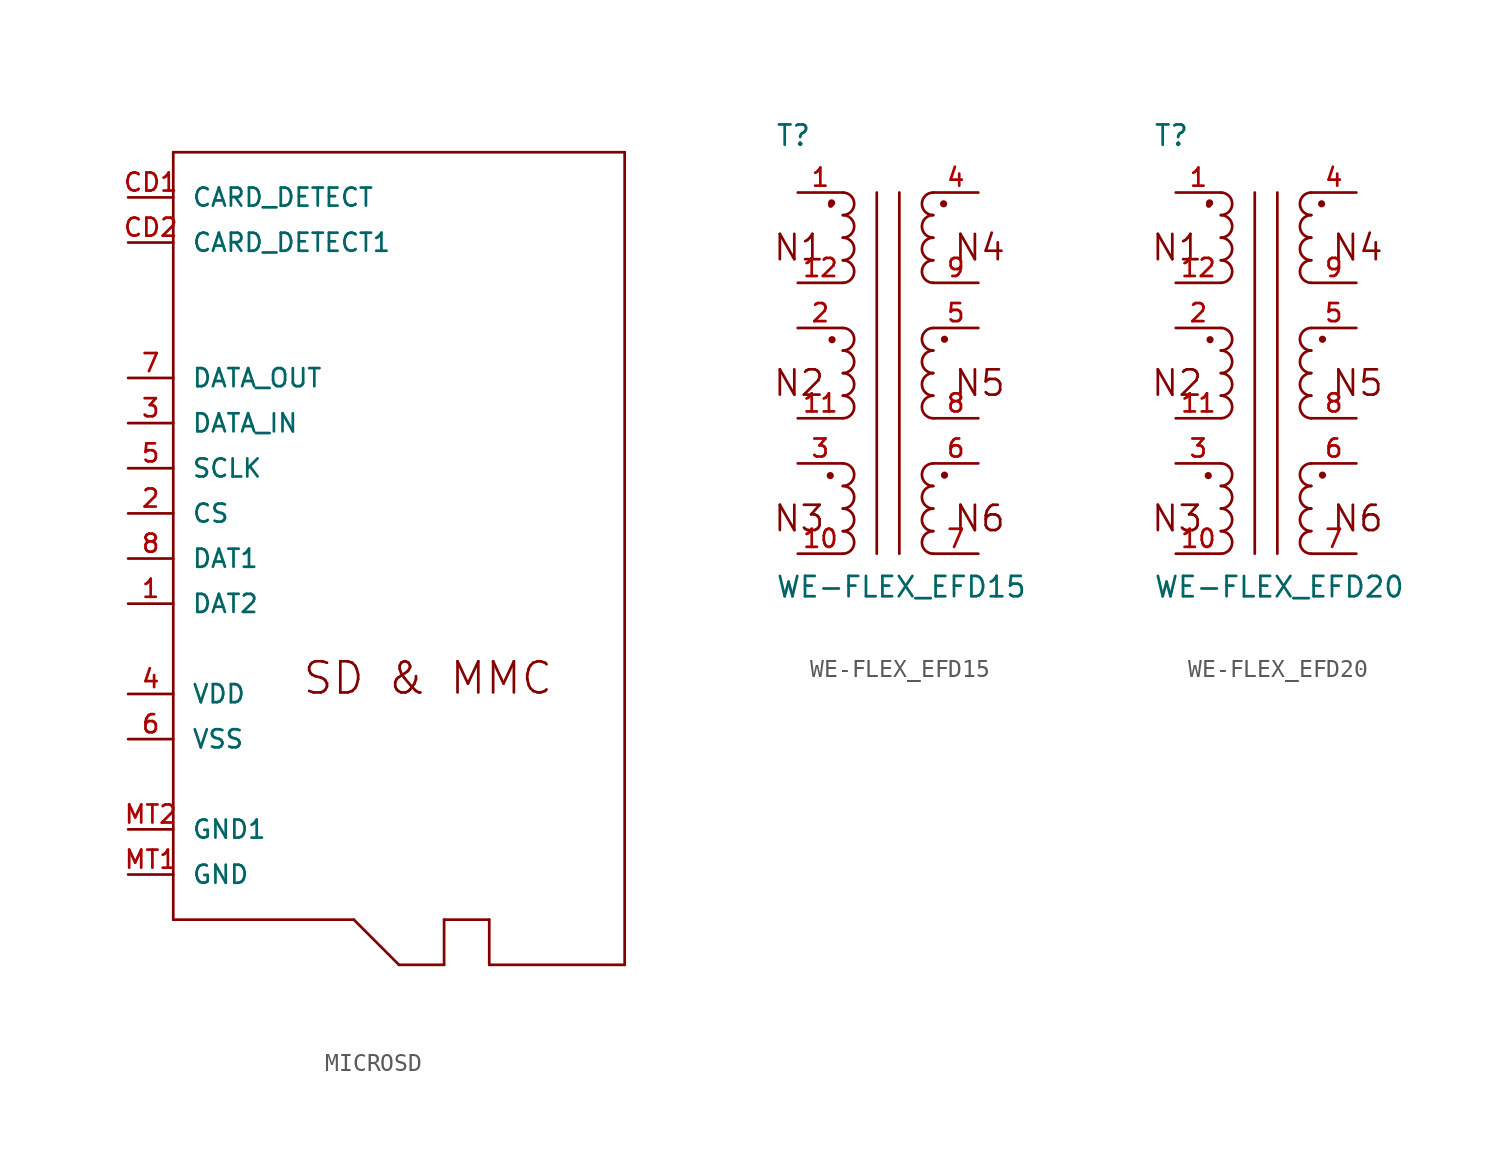
<source format=kicad_sym>
(kicad_symbol_lib
  (version 20241209)
  (generator "kicad_symbol_editor")
  (generator_version "9.0")
  (symbol "MICROSD"
    (pin_names
      (offset 1.016))
    (property "Reference" "M"
      (at 0 0 0)
      (effects (font (size 1.143 1.143)) (hide yes)))
    (property "ki_locked" ""
      (at 0 0 0)
      (effects (font (size 1.27 1.27))))
    (symbol "MICROSD_1_0"
      (polyline (pts (xy -15.24 20.32) (xy -15.24 -22.86)) (stroke (width 0) (type solid)) (fill (type none)))
      (polyline (pts (xy -15.24 -22.86) (xy -5.08 -22.86)) (stroke (width 0) (type solid)) (fill (type none)))
      (polyline (pts (xy -5.08 -22.86) (xy -2.54 -25.4)) (stroke (width 0) (type solid)) (fill (type none)))
      (polyline (pts (xy -2.54 -25.4) (xy 0 -25.4)) (stroke (width 0) (type solid)) (fill (type none)))
      (polyline (pts (xy 0 -22.86) (xy 2.54 -22.86)) (stroke (width 0) (type solid)) (fill (type none)))
      (polyline (pts (xy 0 -25.4) (xy 0 -22.86)) (stroke (width 0) (type solid)) (fill (type none)))
      (polyline (pts (xy 2.54 -22.86) (xy 2.54 -25.4)) (stroke (width 0) (type solid)) (fill (type none)))
      (polyline (pts (xy 2.54 -25.4) (xy 10.16 -25.4)) (stroke (width 0) (type solid)) (fill (type none)))
      (polyline (pts (xy 10.16 20.32) (xy -15.24 20.32)) (stroke (width 0) (type solid)) (fill (type none)))
      (polyline (pts (xy 10.16 -25.4) (xy 10.16 20.32)) (stroke (width 0) (type solid)) (fill (type none)))
      (text "SD & MMC" (at -0.914 -9.271 0) (effects (font (size 1.753 1.753)))))
    (symbol "MICROSD_1_1"
      (pin passive line (at -17.78 17.78 0) (length 2.54) (name "CARD_DETECT" (effects (font (size 1.016 1.016)))) (number "CD1" (effects (font (size 1.016 1.016)))))
      (pin passive line (at -17.78 15.24 0) (length 2.54) (name "CARD_DETECT1" (effects (font (size 1.016 1.016)))) (number "CD2" (effects (font (size 1.016 1.016)))))
      (pin output line (at -17.78 7.62 0) (length 2.54) (name "DATA_OUT" (effects (font (size 1.016 1.016)))) (number "7" (effects (font (size 1.016 1.016)))))
      (pin input line (at -17.78 5.08 0) (length 2.54) (name "DATA_IN" (effects (font (size 1.016 1.016)))) (number "3" (effects (font (size 1.016 1.016)))))
      (pin input line (at -17.78 2.54 0) (length 2.54) (name "SCLK" (effects (font (size 1.016 1.016)))) (number "5" (effects (font (size 1.016 1.016)))))
      (pin input line (at -17.78 0 0) (length 2.54) (name "CS" (effects (font (size 1.016 1.016)))) (number "2" (effects (font (size 1.016 1.016)))))
      (pin bidirectional line (at -17.78 -2.54 0) (length 2.54) (name "DAT1" (effects (font (size 1.016 1.016)))) (number "8" (effects (font (size 1.016 1.016)))))
      (pin bidirectional line (at -17.78 -5.08 0) (length 2.54) (name "DAT2" (effects (font (size 1.016 1.016)))) (number "1" (effects (font (size 1.016 1.016)))))
      (pin power_out line (at -17.78 -10.16 0) (length 2.54) (name "VDD" (effects (font (size 1.016 1.016)))) (number "4" (effects (font (size 1.016 1.016)))))
      (pin power_out line (at -17.78 -12.7 0) (length 2.54) (name "VSS" (effects (font (size 1.016 1.016)))) (number "6" (effects (font (size 1.016 1.016)))))
      (pin power_out line (at -17.78 -17.78 0) (length 2.54) (name "GND1" (effects (font (size 1.016 1.016)))) (number "MT2" (effects (font (size 1.016 1.016)))))
      (pin power_out line (at -17.78 -20.32 0) (length 2.54) (name "GND" (effects (font (size 1.016 1.016)))) (number "MT1" (effects (font (size 1.016 1.016)))))))
  (symbol "WE-FLEX_EFD15"
    (pin_names
      (offset 1.016)
      (hide yes))
    (property "Reference" "T"
      (at -6.35 12.7 0)
      (effects (font (size 1.143 1.143)) (justify left bottom)))
    (property "Value" "WE-FLEX_EFD15"
      (at -6.35 -12.7 0)
      (effects (font (size 1.143 1.143)) (justify left bottom)))
    (property "ki_locked" ""
      (at 0 0 0)
      (effects (font (size 1.27 1.27))))
    (symbol "WE-FLEX_EFD15_1_0"
      (polyline (pts (xy -0.635 10.16) (xy -0.635 -10.16)) (stroke (width 0) (type solid)) (fill (type none)))
      (polyline (pts (xy 0.635 10.16) (xy 0.635 -10.16)) (stroke (width 0) (type solid)) (fill (type none)))
      (text "N1" (at -5.004 7.061 0) (effects (font (size 1.422 1.422))))
      (text "N2" (at -5.004 -0.559 0) (effects (font (size 1.422 1.422))))
      (text "N3" (at -5.004 -8.179 0) (effects (font (size 1.422 1.422))))
      (text "N4" (at 5.156 7.061 0) (effects (font (size 1.422 1.422))))
      (text "N5" (at 5.156 -0.559 0) (effects (font (size 1.422 1.422))))
      (text "N6" (at 5.156 -8.179 0) (effects (font (size 1.422 1.422)))))
    (symbol "WE-FLEX_EFD15_1_1"
      (circle (center -3.251 -5.766) (radius 0.127) (stroke (width 0) (type solid)) (fill (type outline)))
      (circle (center -3.226 9.449) (radius 0.0001) (stroke (width 0) (type solid)) (fill (type none)))
      (circle (center -3.175 9.576) (radius 0.127) (stroke (width 0) (type solid)) (fill (type outline)))
      (circle (center -3.15 1.88) (radius 0.127) (stroke (width 0) (type solid)) (fill (type outline)))
      (arc (start -2.54 10.16) (mid -1.905 9.525) (end -2.54 8.89) (stroke (width 0) (type solid)) (fill (type none)))
      (arc (start -2.54 8.89) (mid -1.905 8.255) (end -2.54 7.62) (stroke (width 0) (type solid)) (fill (type none)))
      (arc (start -2.54 7.62) (mid -1.905 6.985) (end -2.54 6.35) (stroke (width 0) (type solid)) (fill (type none)))
      (arc (start -2.54 6.35) (mid -1.905 5.715) (end -2.54 5.08) (stroke (width 0) (type solid)) (fill (type none)))
      (arc (start -2.54 2.54) (mid -1.905 1.905) (end -2.54 1.27) (stroke (width 0) (type solid)) (fill (type none)))
      (arc (start -2.54 1.27) (mid -1.905 0.635) (end -2.54 0) (stroke (width 0) (type solid)) (fill (type none)))
      (arc (start -2.54 0) (mid -1.905 -0.635) (end -2.54 -1.27) (stroke (width 0) (type solid)) (fill (type none)))
      (arc (start -2.54 -1.27) (mid -1.905 -1.905) (end -2.54 -2.54) (stroke (width 0) (type solid)) (fill (type none)))
      (arc (start -2.54 -5.08) (mid -1.905 -5.715) (end -2.54 -6.35) (stroke (width 0) (type solid)) (fill (type none)))
      (arc (start -2.54 -6.35) (mid -1.905 -6.985) (end -2.54 -7.62) (stroke (width 0) (type solid)) (fill (type none)))
      (arc (start -2.54 -7.62) (mid -1.905 -8.255) (end -2.54 -8.89) (stroke (width 0) (type solid)) (fill (type none)))
      (arc (start -2.54 -8.89) (mid -1.905 -9.525) (end -2.54 -10.16) (stroke (width 0) (type solid)) (fill (type none)))
      (arc (start 2.54 8.89) (mid 1.905 9.525) (end 2.54 10.16) (stroke (width 0) (type solid)) (fill (type none)))
      (arc (start 2.54 7.62) (mid 1.905 8.255) (end 2.54 8.89) (stroke (width 0) (type solid)) (fill (type none)))
      (arc (start 2.54 6.35) (mid 1.905 6.985) (end 2.54 7.62) (stroke (width 0) (type solid)) (fill (type none)))
      (arc (start 2.54 5.08) (mid 1.905 5.715) (end 2.54 6.35) (stroke (width 0) (type solid)) (fill (type none)))
      (arc (start 2.54 1.27) (mid 1.905 1.905) (end 2.54 2.54) (stroke (width 0) (type solid)) (fill (type none)))
      (arc (start 2.54 0) (mid 1.905 0.635) (end 2.54 1.27) (stroke (width 0) (type solid)) (fill (type none)))
      (arc (start 2.54 -1.27) (mid 1.905 -0.635) (end 2.54 0) (stroke (width 0) (type solid)) (fill (type none)))
      (arc (start 2.54 -2.54) (mid 1.905 -1.905) (end 2.54 -1.27) (stroke (width 0) (type solid)) (fill (type none)))
      (arc (start 2.54 -6.35) (mid 1.905 -5.715) (end 2.54 -5.08) (stroke (width 0) (type solid)) (fill (type none)))
      (arc (start 2.54 -7.62) (mid 1.905 -6.985) (end 2.54 -6.35) (stroke (width 0) (type solid)) (fill (type none)))
      (arc (start 2.54 -8.89) (mid 1.905 -8.255) (end 2.54 -7.62) (stroke (width 0) (type solid)) (fill (type none)))
      (arc (start 2.54 -10.16) (mid 1.905 -9.525) (end 2.54 -8.89) (stroke (width 0) (type solid)) (fill (type none)))
      (circle (center 3.124 9.525) (radius 0.127) (stroke (width 0) (type solid)) (fill (type outline)))
      (circle (center 3.175 1.905) (radius 0.127) (stroke (width 0) (type solid)) (fill (type outline)))
      (circle (center 3.175 -5.74) (radius 0.127) (stroke (width 0) (type solid)) (fill (type outline)))
      (pin passive line (at -5.08 10.16 0) (length 2.54) (name "1" (effects (font (size 1.016 1.016)))) (number "1" (effects (font (size 1.016 1.016)))))
      (pin passive line (at -5.08 5.08 0) (length 2.54) (name "12" (effects (font (size 1.016 1.016)))) (number "12" (effects (font (size 1.016 1.016)))))
      (pin passive line (at -5.08 2.54 0) (length 2.54) (name "11" (effects (font (size 1.016 1.016)))) (number "2" (effects (font (size 1.016 1.016)))))
      (pin passive line (at -5.08 -2.54 0) (length 2.54) (name "10" (effects (font (size 1.016 1.016)))) (number "11" (effects (font (size 1.016 1.016)))))
      (pin passive line (at -5.08 -5.08 0) (length 2.54) (name "9" (effects (font (size 1.016 1.016)))) (number "3" (effects (font (size 1.016 1.016)))))
      (pin passive line (at -5.08 -10.16 0) (length 2.54) (name "8" (effects (font (size 1.016 1.016)))) (number "10" (effects (font (size 1.016 1.016)))))
      (pin passive line (at 5.08 10.16 180) (length 2.54) (name "2" (effects (font (size 1.016 1.016)))) (number "4" (effects (font (size 1.016 1.016)))))
      (pin passive line (at 5.08 5.08 180) (length 2.54) (name "3" (effects (font (size 1.016 1.016)))) (number "9" (effects (font (size 1.016 1.016)))))
      (pin passive line (at 5.08 2.54 180) (length 2.54) (name "4" (effects (font (size 1.016 1.016)))) (number "5" (effects (font (size 1.016 1.016)))))
      (pin passive line (at 5.08 -2.54 180) (length 2.54) (name "5" (effects (font (size 1.016 1.016)))) (number "8" (effects (font (size 1.016 1.016)))))
      (pin passive line (at 5.08 -5.08 180) (length 2.54) (name "6" (effects (font (size 1.016 1.016)))) (number "6" (effects (font (size 1.016 1.016)))))
      (pin passive line (at 5.08 -10.16 180) (length 2.54) (name "7" (effects (font (size 1.016 1.016)))) (number "7" (effects (font (size 1.016 1.016)))))))
  (symbol "WE-FLEX_EFD20"
    (pin_names
      (offset 1.016)
      (hide yes))
    (property "Reference" "T"
      (at -6.35 12.7 0)
      (effects (font (size 1.143 1.143)) (justify left bottom)))
    (property "Value" "WE-FLEX_EFD20"
      (at -6.35 -12.7 0)
      (effects (font (size 1.143 1.143)) (justify left bottom)))
    (property "ki_locked" ""
      (at 0 0 0)
      (effects (font (size 1.27 1.27))))
    (symbol "WE-FLEX_EFD20_1_0"
      (polyline (pts (xy -0.635 10.16) (xy -0.635 -10.16)) (stroke (width 0) (type solid)) (fill (type none)))
      (polyline (pts (xy 0.635 10.16) (xy 0.635 -10.16)) (stroke (width 0) (type solid)) (fill (type none)))
      (text "N1" (at -5.004 7.061 0) (effects (font (size 1.422 1.422))))
      (text "N2" (at -5.004 -0.559 0) (effects (font (size 1.422 1.422))))
      (text "N3" (at -5.004 -8.179 0) (effects (font (size 1.422 1.422))))
      (text "N4" (at 5.156 7.061 0) (effects (font (size 1.422 1.422))))
      (text "N5" (at 5.156 -0.559 0) (effects (font (size 1.422 1.422))))
      (text "N6" (at 5.156 -8.179 0) (effects (font (size 1.422 1.422)))))
    (symbol "WE-FLEX_EFD20_1_1"
      (circle (center -3.251 -5.766) (radius 0.127) (stroke (width 0) (type solid)) (fill (type outline)))
      (circle (center -3.226 9.449) (radius 0.0001) (stroke (width 0) (type solid)) (fill (type none)))
      (circle (center -3.175 9.576) (radius 0.127) (stroke (width 0) (type solid)) (fill (type outline)))
      (circle (center -3.15 1.88) (radius 0.127) (stroke (width 0) (type solid)) (fill (type outline)))
      (arc (start -2.54 10.16) (mid -1.905 9.525) (end -2.54 8.89) (stroke (width 0) (type solid)) (fill (type none)))
      (arc (start -2.54 8.89) (mid -1.905 8.255) (end -2.54 7.62) (stroke (width 0) (type solid)) (fill (type none)))
      (arc (start -2.54 7.62) (mid -1.905 6.985) (end -2.54 6.35) (stroke (width 0) (type solid)) (fill (type none)))
      (arc (start -2.54 6.35) (mid -1.905 5.715) (end -2.54 5.08) (stroke (width 0) (type solid)) (fill (type none)))
      (arc (start -2.54 2.54) (mid -1.905 1.905) (end -2.54 1.27) (stroke (width 0) (type solid)) (fill (type none)))
      (arc (start -2.54 1.27) (mid -1.905 0.635) (end -2.54 0) (stroke (width 0) (type solid)) (fill (type none)))
      (arc (start -2.54 0) (mid -1.905 -0.635) (end -2.54 -1.27) (stroke (width 0) (type solid)) (fill (type none)))
      (arc (start -2.54 -1.27) (mid -1.905 -1.905) (end -2.54 -2.54) (stroke (width 0) (type solid)) (fill (type none)))
      (arc (start -2.54 -5.08) (mid -1.905 -5.715) (end -2.54 -6.35) (stroke (width 0) (type solid)) (fill (type none)))
      (arc (start -2.54 -6.35) (mid -1.905 -6.985) (end -2.54 -7.62) (stroke (width 0) (type solid)) (fill (type none)))
      (arc (start -2.54 -7.62) (mid -1.905 -8.255) (end -2.54 -8.89) (stroke (width 0) (type solid)) (fill (type none)))
      (arc (start -2.54 -8.89) (mid -1.905 -9.525) (end -2.54 -10.16) (stroke (width 0) (type solid)) (fill (type none)))
      (arc (start 2.54 8.89) (mid 1.905 9.525) (end 2.54 10.16) (stroke (width 0) (type solid)) (fill (type none)))
      (arc (start 2.54 7.62) (mid 1.905 8.255) (end 2.54 8.89) (stroke (width 0) (type solid)) (fill (type none)))
      (arc (start 2.54 6.35) (mid 1.905 6.985) (end 2.54 7.62) (stroke (width 0) (type solid)) (fill (type none)))
      (arc (start 2.54 5.08) (mid 1.905 5.715) (end 2.54 6.35) (stroke (width 0) (type solid)) (fill (type none)))
      (arc (start 2.54 1.27) (mid 1.905 1.905) (end 2.54 2.54) (stroke (width 0) (type solid)) (fill (type none)))
      (arc (start 2.54 0) (mid 1.905 0.635) (end 2.54 1.27) (stroke (width 0) (type solid)) (fill (type none)))
      (arc (start 2.54 -1.27) (mid 1.905 -0.635) (end 2.54 0) (stroke (width 0) (type solid)) (fill (type none)))
      (arc (start 2.54 -2.54) (mid 1.905 -1.905) (end 2.54 -1.27) (stroke (width 0) (type solid)) (fill (type none)))
      (arc (start 2.54 -6.35) (mid 1.905 -5.715) (end 2.54 -5.08) (stroke (width 0) (type solid)) (fill (type none)))
      (arc (start 2.54 -7.62) (mid 1.905 -6.985) (end 2.54 -6.35) (stroke (width 0) (type solid)) (fill (type none)))
      (arc (start 2.54 -8.89) (mid 1.905 -8.255) (end 2.54 -7.62) (stroke (width 0) (type solid)) (fill (type none)))
      (arc (start 2.54 -10.16) (mid 1.905 -9.525) (end 2.54 -8.89) (stroke (width 0) (type solid)) (fill (type none)))
      (circle (center 3.124 9.525) (radius 0.127) (stroke (width 0) (type solid)) (fill (type outline)))
      (circle (center 3.175 1.905) (radius 0.127) (stroke (width 0) (type solid)) (fill (type outline)))
      (circle (center 3.175 -5.74) (radius 0.127) (stroke (width 0) (type solid)) (fill (type outline)))
      (pin passive line (at -5.08 10.16 0) (length 2.54) (name "1" (effects (font (size 1.016 1.016)))) (number "1" (effects (font (size 1.016 1.016)))))
      (pin passive line (at -5.08 5.08 0) (length 2.54) (name "12" (effects (font (size 1.016 1.016)))) (number "12" (effects (font (size 1.016 1.016)))))
      (pin passive line (at -5.08 2.54 0) (length 2.54) (name "11" (effects (font (size 1.016 1.016)))) (number "2" (effects (font (size 1.016 1.016)))))
      (pin passive line (at -5.08 -2.54 0) (length 2.54) (name "10" (effects (font (size 1.016 1.016)))) (number "11" (effects (font (size 1.016 1.016)))))
      (pin passive line (at -5.08 -5.08 0) (length 2.54) (name "9" (effects (font (size 1.016 1.016)))) (number "3" (effects (font (size 1.016 1.016)))))
      (pin passive line (at -5.08 -10.16 0) (length 2.54) (name "8" (effects (font (size 1.016 1.016)))) (number "10" (effects (font (size 1.016 1.016)))))
      (pin passive line (at 5.08 10.16 180) (length 2.54) (name "2" (effects (font (size 1.016 1.016)))) (number "4" (effects (font (size 1.016 1.016)))))
      (pin passive line (at 5.08 5.08 180) (length 2.54) (name "3" (effects (font (size 1.016 1.016)))) (number "9" (effects (font (size 1.016 1.016)))))
      (pin passive line (at 5.08 2.54 180) (length 2.54) (name "4" (effects (font (size 1.016 1.016)))) (number "5" (effects (font (size 1.016 1.016)))))
      (pin passive line (at 5.08 -2.54 180) (length 2.54) (name "5" (effects (font (size 1.016 1.016)))) (number "8" (effects (font (size 1.016 1.016)))))
      (pin passive line (at 5.08 -5.08 180) (length 2.54) (name "6" (effects (font (size 1.016 1.016)))) (number "6" (effects (font (size 1.016 1.016)))))
      (pin passive line (at 5.08 -10.16 180) (length 2.54) (name "7" (effects (font (size 1.016 1.016)))) (number "7" (effects (font (size 1.016 1.016))))))))
</source>
